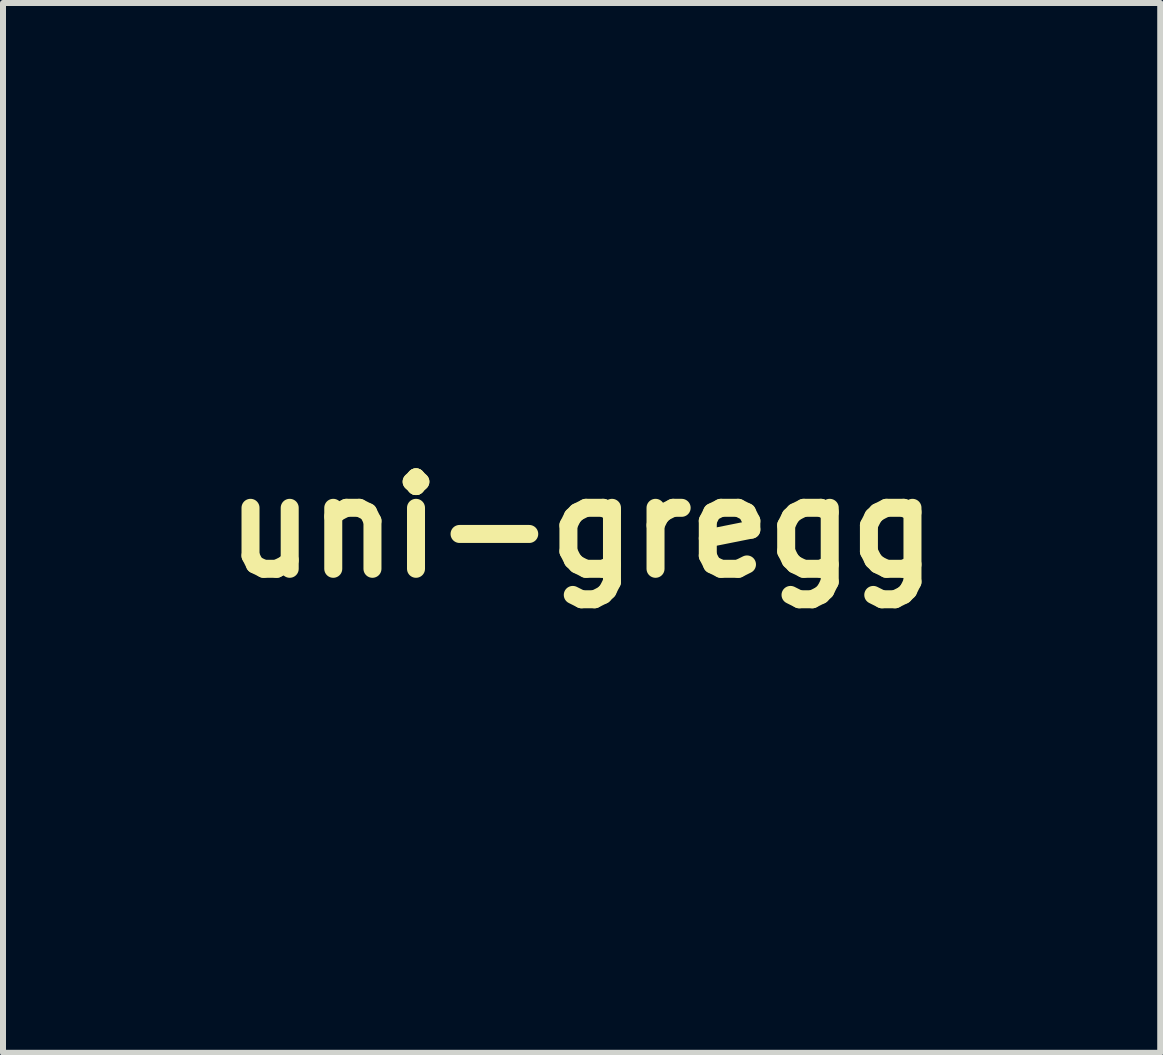
<source format=kicad_pcb>
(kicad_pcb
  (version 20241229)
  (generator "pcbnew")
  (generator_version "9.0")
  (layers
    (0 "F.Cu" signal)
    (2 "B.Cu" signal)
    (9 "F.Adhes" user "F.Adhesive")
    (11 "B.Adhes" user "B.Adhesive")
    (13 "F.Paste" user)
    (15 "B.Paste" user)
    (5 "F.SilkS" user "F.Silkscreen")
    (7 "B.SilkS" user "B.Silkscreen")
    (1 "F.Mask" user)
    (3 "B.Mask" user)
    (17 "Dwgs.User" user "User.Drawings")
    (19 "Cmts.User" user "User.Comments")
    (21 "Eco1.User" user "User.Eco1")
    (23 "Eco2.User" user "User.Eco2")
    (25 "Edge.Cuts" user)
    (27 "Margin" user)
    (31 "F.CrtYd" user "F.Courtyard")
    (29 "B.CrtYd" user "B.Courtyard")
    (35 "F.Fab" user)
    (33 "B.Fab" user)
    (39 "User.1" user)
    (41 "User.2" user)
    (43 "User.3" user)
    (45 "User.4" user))
  (footprint "uni-gregg"
    (layer "F.Cu")
    (at 6.64 5.739)
    (property "Reference" "uni-gregg" (at 0 0 0) (layer "F.SilkS") (effects (font (size 1.524 1.524) (thickness 0.3))))
    (attr board_only exclude_from_pos_files exclude_from_bom)
    (fp_poly (pts (xy 2.618 1.659) (xy 2.688 1.66) (xy 2.739 1.665) (xy 2.781 1.676) (xy 2.825 1.695) (xy 2.838 1.701) (xy 2.942 1.77) (xy 3.03 1.862) (xy 3.086 1.95) (xy 3.106 1.994) (xy 3.119 2.032) (xy 3.125 2.076) (xy 3.128 2.135) (xy 3.128 2.175) (xy 3.126 2.25) (xy 3.121 2.303) (xy 3.111 2.345) (xy 3.094 2.386) (xy 3.093 2.388) (xy 3.039 2.477) (xy 2.971 2.555) (xy 2.897 2.613) (xy 2.891 2.617) (xy 2.87 2.627) (xy 2.823 2.646) (xy 2.751 2.675) (xy 2.655 2.714) (xy 2.538 2.761) (xy 2.4 2.815) (xy 2.243 2.877) (xy 2.069 2.946) (xy 1.88 3.021) (xy 1.676 3.101) (xy 1.459 3.186) (xy 1.231 3.275) (xy 0.993 3.368) (xy 0.747 3.464) (xy 0.548 3.542) (xy 0.251 3.657) (xy -0.018 3.762) (xy -0.262 3.857) (xy -0.482 3.942) (xy -0.68 4.019) (xy -0.856 4.087) (xy -1.013 4.147) (xy -1.15 4.2) (xy -1.27 4.246) (xy -1.375 4.286) (xy -1.464 4.319) (xy -1.54 4.347) (xy -1.605 4.37) (xy -1.658 4.389) (xy -1.702 4.403) (xy -1.738 4.414) (xy -1.767 4.422) (xy -1.791 4.428) (xy -1.811 4.432) (xy -1.828 4.434) (xy -1.843 4.435) (xy -1.845 4.435) (xy -1.928 4.435) (xy -1.997 4.426) (xy -2.021 4.42) (xy -2.131 4.37) (xy -2.223 4.299) (xy -2.296 4.212) (xy -2.348 4.113) (xy -2.378 4.006) (xy -2.386 3.895) (xy -2.369 3.784) (xy -2.328 3.677) (xy -2.261 3.578) (xy -2.25 3.566) (xy -2.163 3.488) (xy -2.09 3.446) (xy -2.066 3.437) (xy -2.016 3.417) (xy -1.942 3.387) (xy -1.844 3.348) (xy -1.724 3.301) (xy -1.584 3.246) (xy -1.425 3.184) (xy -1.249 3.115) (xy -1.058 3.04) (xy -0.853 2.96) (xy -0.635 2.875) (xy -0.407 2.786) (xy -0.169 2.693) (xy 0.076 2.597) (xy 0.24 2.533) (xy 2.483 1.659)) (stroke (width 0) (type solid)) (fill yes) (layer "F.Mask"))
    (fp_poly (pts (xy 3.363 2.933) (xy 3.462 2.958) (xy 3.554 3.007) (xy 3.623 3.063) (xy 3.705 3.157) (xy 3.761 3.262) (xy 3.791 3.376) (xy 3.794 3.492) (xy 3.77 3.609) (xy 3.718 3.721) (xy 3.689 3.763) (xy 3.647 3.811) (xy 3.597 3.857) (xy 3.58 3.87) (xy 3.559 3.88) (xy 3.512 3.901) (xy 3.44 3.932) (xy 3.345 3.972) (xy 3.228 4.021) (xy 3.091 4.078) (xy 2.935 4.143) (xy 2.762 4.214) (xy 2.573 4.291) (xy 2.369 4.374) (xy 2.154 4.463) (xy 1.927 4.555) (xy 1.69 4.651) (xy 1.445 4.75) (xy 1.244 4.832) (xy 0.949 4.951) (xy 0.68 5.059) (xy 0.437 5.158) (xy 0.217 5.246) (xy 0.02 5.326) (xy -0.156 5.396) (xy -0.312 5.459) (xy -0.45 5.513) (xy -0.57 5.561) (xy -0.674 5.602) (xy -0.763 5.636) (xy -0.839 5.665) (xy -0.903 5.689) (xy -0.956 5.708) (xy -1 5.724) (xy -1.035 5.735) (xy -1.064 5.743) (xy -1.087 5.749) (xy -1.106 5.753) (xy -1.122 5.755) (xy -1.133 5.755) (xy -1.212 5.755) (xy -1.28 5.746) (xy -1.301 5.74) (xy -1.415 5.689) (xy -1.515 5.616) (xy -1.595 5.525) (xy -1.64 5.449) (xy -1.661 5.378) (xy -1.673 5.29) (xy -1.674 5.196) (xy -1.664 5.107) (xy -1.645 5.033) (xy -1.64 5.023) (xy -1.598 4.951) (xy -1.54 4.88) (xy -1.475 4.82) (xy -1.418 4.782) (xy -1.398 4.773) (xy -1.351 4.754) (xy -1.28 4.724) (xy -1.185 4.685) (xy -1.068 4.637) (xy -0.932 4.581) (xy -0.776 4.518) (xy -0.603 4.448) (xy -0.415 4.371) (xy -0.213 4.289) (xy 0.003 4.202) (xy 0.229 4.11) (xy 0.464 4.014) (xy 0.708 3.916) (xy 0.885 3.844) (xy 1.178 3.726) (xy 1.444 3.618) (xy 1.684 3.521) (xy 1.901 3.433) (xy 2.096 3.355) (xy 2.269 3.285) (xy 2.423 3.224) (xy 2.558 3.17) (xy 2.676 3.123) (xy 2.778 3.083) (xy 2.866 3.049) (xy 2.94 3.02) (xy 3.003 2.997) (xy 3.055 2.978) (xy 3.098 2.963) (xy 3.134 2.952) (xy 3.162 2.944) (xy 3.186 2.938) (xy 3.206 2.934) (xy 3.223 2.932) (xy 3.239 2.93) (xy 3.248 2.93)) (stroke (width 0) (type solid)) (fill yes) (layer "F.Mask"))
    (fp_poly (pts (xy -0.115 -5.735) (xy 0.015 -5.725) (xy 0.126 -5.71) (xy 0.16 -5.704) (xy 0.396 -5.641) (xy 0.608 -5.56) (xy 0.797 -5.461) (xy 0.962 -5.343) (xy 1.104 -5.207) (xy 1.222 -5.054) (xy 1.315 -4.883) (xy 1.385 -4.694) (xy 1.429 -4.489) (xy 1.441 -4.399) (xy 1.448 -4.185) (xy 1.429 -3.957) (xy 1.382 -3.716) (xy 1.31 -3.462) (xy 1.236 -3.258) (xy 1.176 -3.116) (xy 1.102 -2.958) (xy 1.017 -2.791) (xy 0.927 -2.622) (xy 0.835 -2.459) (xy 0.744 -2.31) (xy 0.686 -2.22) (xy 0.63 -2.138) (xy 2.839 -2.13) (xy 5.048 -2.123) (xy 5.169 -2.088) (xy 5.366 -2.016) (xy 5.555 -1.917) (xy 5.734 -1.792) (xy 5.902 -1.643) (xy 6.058 -1.472) (xy 6.199 -1.281) (xy 6.324 -1.071) (xy 6.432 -0.844) (xy 6.522 -0.602) (xy 6.592 -0.347) (xy 6.602 -0.306) (xy 6.621 -0.192) (xy 6.635 -0.058) (xy 6.643 0.085) (xy 6.645 0.23) (xy 6.641 0.367) (xy 6.63 0.487) (xy 6.624 0.526) (xy 6.577 0.743) (xy 6.509 0.94) (xy 6.42 1.119) (xy 6.307 1.285) (xy 6.169 1.44) (xy 6.161 1.448) (xy 5.996 1.591) (xy 5.815 1.709) (xy 5.616 1.802) (xy 5.4 1.872) (xy 5.166 1.918) (xy 5.137 1.921) (xy 5.038 1.93) (xy 4.922 1.933) (xy 4.795 1.933) (xy 4.668 1.928) (xy 4.546 1.919) (xy 4.439 1.906) (xy 4.365 1.892) (xy 4.129 1.826) (xy 3.91 1.74) (xy 3.705 1.632) (xy 3.51 1.498) (xy 3.32 1.338) (xy 3.232 1.254) (xy 3.048 1.051) (xy 2.892 0.839) (xy 2.763 0.615) (xy 2.66 0.379) (xy 2.583 0.128) (xy 2.563 0.04) (xy 2.545 -0.071) (xy 2.533 -0.198) (xy 2.528 -0.333) (xy 2.529 -0.397) (xy 3.573 -0.397) (xy 3.579 -0.248) (xy 3.586 -0.202) (xy 3.634 -0.017) (xy 3.707 0.158) (xy 3.804 0.32) (xy 3.922 0.468) (xy 4.058 0.599) (xy 4.211 0.709) (xy 4.377 0.795) (xy 4.548 0.855) (xy 4.652 0.874) (xy 4.773 0.884) (xy 4.9 0.885) (xy 5.022 0.876) (xy 5.128 0.858) (xy 5.135 0.856) (xy 5.221 0.832) (xy 5.286 0.806) (xy 5.341 0.774) (xy 5.395 0.731) (xy 5.412 0.716) (xy 5.486 0.627) (xy 5.543 0.517) (xy 5.58 0.389) (xy 5.598 0.245) (xy 5.596 0.089) (xy 5.575 -0.078) (xy 5.533 -0.251) (xy 5.513 -0.315) (xy 5.454 -0.466) (xy 5.382 -0.609) (xy 5.298 -0.739) (xy 5.207 -0.854) (xy 5.111 -0.948) (xy 5.013 -1.017) (xy 4.979 -1.035) (xy 4.938 -1.054) (xy 4.903 -1.066) (xy 4.867 -1.074) (xy 4.822 -1.078) (xy 4.761 -1.08) (xy 4.688 -1.08) (xy 4.495 -1.073) (xy 4.313 -1.051) (xy 4.147 -1.017) (xy 4.002 -0.97) (xy 3.93 -0.937) (xy 3.809 -0.861) (xy 3.712 -0.767) (xy 3.64 -0.658) (xy 3.594 -0.534) (xy 3.573 -0.397) (xy 2.529 -0.397) (xy 2.53 -0.467) (xy 2.538 -0.59) (xy 2.553 -0.694) (xy 2.554 -0.698) (xy 2.578 -0.793) (xy 2.608 -0.898) (xy 2.642 -0.998) (xy 2.663 -1.054) (xy 2.663 -1.058) (xy 2.66 -1.061) (xy 2.651 -1.065) (xy 2.636 -1.068) (xy 2.612 -1.07) (xy 2.577 -1.072) (xy 2.53 -1.074) (xy 2.47 -1.076) (xy 2.395 -1.077) (xy 2.302 -1.078) (xy 2.191 -1.079) (xy 2.06 -1.08) (xy 1.907 -1.081) (xy 1.731 -1.082) (xy 1.53 -1.082) (xy 1.301 -1.083) (xy 1.055 -1.084) (xy -0.563 -1.088) (xy -0.638 -1.128) (xy -0.745 -1.199) (xy -0.829 -1.289) (xy -0.888 -1.394) (xy -0.921 -1.512) (xy -0.927 -1.568) (xy -0.929 -1.622) (xy -0.928 -1.67) (xy -0.921 -1.716) (xy -0.907 -1.762) (xy -0.884 -1.812) (xy -0.851 -1.869) (xy -0.805 -1.938) (xy -0.746 -2.021) (xy -0.671 -2.121) (xy -0.606 -2.208) (xy -0.407 -2.48) (xy -0.228 -2.74) (xy -0.072 -2.989) (xy 0.063 -3.226) (xy 0.176 -3.449) (xy 0.265 -3.658) (xy 0.332 -3.852) (xy 0.375 -4.03) (xy 0.395 -4.192) (xy 0.396 -4.231) (xy 0.391 -4.339) (xy 0.373 -4.423) (xy 0.339 -4.49) (xy 0.284 -4.544) (xy 0.207 -4.59) (xy 0.15 -4.614) (xy 0.013 -4.657) (xy -0.142 -4.684) (xy -0.31 -4.693) (xy -0.39 -4.69) (xy -0.627 -4.664) (xy -0.869 -4.609) (xy -1.116 -4.528) (xy -1.365 -4.42) (xy -1.615 -4.288) (xy -1.863 -4.131) (xy -2.108 -3.951) (xy -2.348 -3.749) (xy -2.544 -3.564) (xy -2.815 -3.273) (xy -3.06 -2.968) (xy -3.279 -2.647) (xy -3.472 -2.311) (xy -3.64 -1.959) (xy -3.676 -1.874) (xy -3.704 -1.802) (xy -3.735 -1.72) (xy -3.767 -1.633) (xy -3.797 -1.546) (xy -3.824 -1.464) (xy -3.847 -1.394) (xy -3.863 -1.339) (xy -3.87 -1.306) (xy -3.871 -1.302) (xy -3.857 -1.288) (xy -3.821 -1.27) (xy -3.771 -1.254) (xy -3.694 -1.227) (xy -3.599 -1.187) (xy -3.495 -1.137) (xy -3.387 -1.081) (xy -3.284 -1.023) (xy -3.193 -0.967) (xy -3.158 -0.943) (xy -3.066 -0.872) (xy -2.965 -0.783) (xy -2.862 -0.685) (xy -2.765 -0.583) (xy -2.68 -0.486) (xy -2.623 -0.412) (xy -2.494 -0.206) (xy -2.386 0.017) (xy -2.301 0.248) (xy -2.256 0.42) (xy -2.24 0.527) (xy -2.23 0.652) (xy -2.227 0.788) (xy -2.231 0.925) (xy -2.242 1.053) (xy -2.259 1.163) (xy -2.264 1.185) (xy -2.328 1.397) (xy -2.413 1.591) (xy -2.523 1.771) (xy -2.658 1.94) (xy -2.766 2.052) (xy -2.942 2.2) (xy -3.14 2.33) (xy -3.36 2.442) (xy -3.598 2.534) (xy -3.855 2.606) (xy -4.127 2.656) (xy -4.171 2.662) (xy -4.269 2.673) (xy -4.381 2.681) (xy -4.502 2.688) (xy -4.624 2.692) (xy -4.741 2.694) (xy -4.847 2.693) (xy -4.935 2.69) (xy -4.988 2.685) (xy -5.166 2.65) (xy -5.347 2.595) (xy -5.519 2.525) (xy -5.637 2.463) (xy -5.826 2.336) (xy -5.999 2.184) (xy -6.155 2.009) (xy -6.293 1.814) (xy -6.412 1.6) (xy -6.511 1.369) (xy -6.587 1.123) (xy -6.611 1.02) (xy -6.623 0.947) (xy -6.631 0.851) (xy -6.637 0.741) (xy -6.64 0.622) (xy -6.64 0.552) (xy -5.595 0.552) (xy -5.593 0.669) (xy -5.583 0.785) (xy -5.567 0.889) (xy -5.551 0.953) (xy -5.484 1.122) (xy -5.399 1.271) (xy -5.296 1.398) (xy -5.177 1.502) (xy -5.043 1.581) (xy -4.917 1.628) (xy -4.859 1.638) (xy -4.778 1.644) (xy -4.68 1.645) (xy -4.571 1.642) (xy -4.456 1.635) (xy -4.343 1.625) (xy -4.238 1.61) (xy -4.216 1.607) (xy -4.013 1.562) (xy -3.833 1.502) (xy -3.677 1.428) (xy -3.545 1.341) (xy -3.438 1.241) (xy -3.357 1.128) (xy -3.302 1.005) (xy -3.275 0.87) (xy -3.274 0.725) (xy -3.299 0.585) (xy -3.357 0.411) (xy -3.442 0.251) (xy -3.551 0.106) (xy -3.682 -0.021) (xy -3.833 -0.13) (xy -4.004 -0.218) (xy -4.111 -0.259) (xy -4.163 -0.276) (xy -4.206 -0.288) (xy -4.247 -0.297) (xy -4.291 -0.302) (xy -4.346 -0.305) (xy -4.417 -0.307) (xy -4.512 -0.307) (xy -4.523 -0.307) (xy -4.655 -0.306) (xy -4.763 -0.3) (xy -4.856 -0.289) (xy -4.938 -0.272) (xy -5.018 -0.246) (xy -5.102 -0.212) (xy -5.144 -0.192) (xy -5.276 -0.114) (xy -5.387 -0.014) (xy -5.476 0.105) (xy -5.542 0.244) (xy -5.575 0.354) (xy -5.589 0.444) (xy -5.595 0.552) (xy -6.64 0.552) (xy -6.639 0.502) (xy -6.636 0.39) (xy -6.63 0.291) (xy -6.62 0.213) (xy -6.618 0.203) (xy -6.557 -0.033) (xy -6.471 -0.254) (xy -6.361 -0.458) (xy -6.227 -0.645) (xy -6.071 -0.813) (xy -5.894 -0.961) (xy -5.696 -1.088) (xy -5.626 -1.125) (xy -5.448 -1.204) (xy -5.261 -1.269) (xy -5.078 -1.315) (xy -5.078 -1.315) (xy -5.016 -1.328) (xy -4.977 -1.339) (xy -4.955 -1.351) (xy -4.945 -1.367) (xy -4.941 -1.379) (xy -4.88 -1.608) (xy -4.803 -1.853) (xy -4.712 -2.104) (xy -4.61 -2.355) (xy -4.501 -2.598) (xy -4.387 -2.825) (xy -4.369 -2.858) (xy -4.174 -3.193) (xy -3.959 -3.512) (xy -3.728 -3.816) (xy -3.481 -4.103) (xy -3.219 -4.372) (xy -2.946 -4.62) (xy -2.661 -4.848) (xy -2.367 -5.053) (xy -2.066 -5.235) (xy -1.759 -5.392) (xy -1.447 -5.522) (xy -1.132 -5.626) (xy -0.816 -5.701) (xy -0.795 -5.704) (xy -0.68 -5.721) (xy -0.547 -5.732) (xy -0.404 -5.738) (xy -0.257 -5.739)) (stroke (width 0) (type solid)) (fill yes) (layer "F.Mask")))
  (gr_rect
    (start -3 -3)
    (end 16.284 14.494)
    (stroke (width 0.1) (type default))
    (fill no)
    (layer "Edge.Cuts")))
</source>
